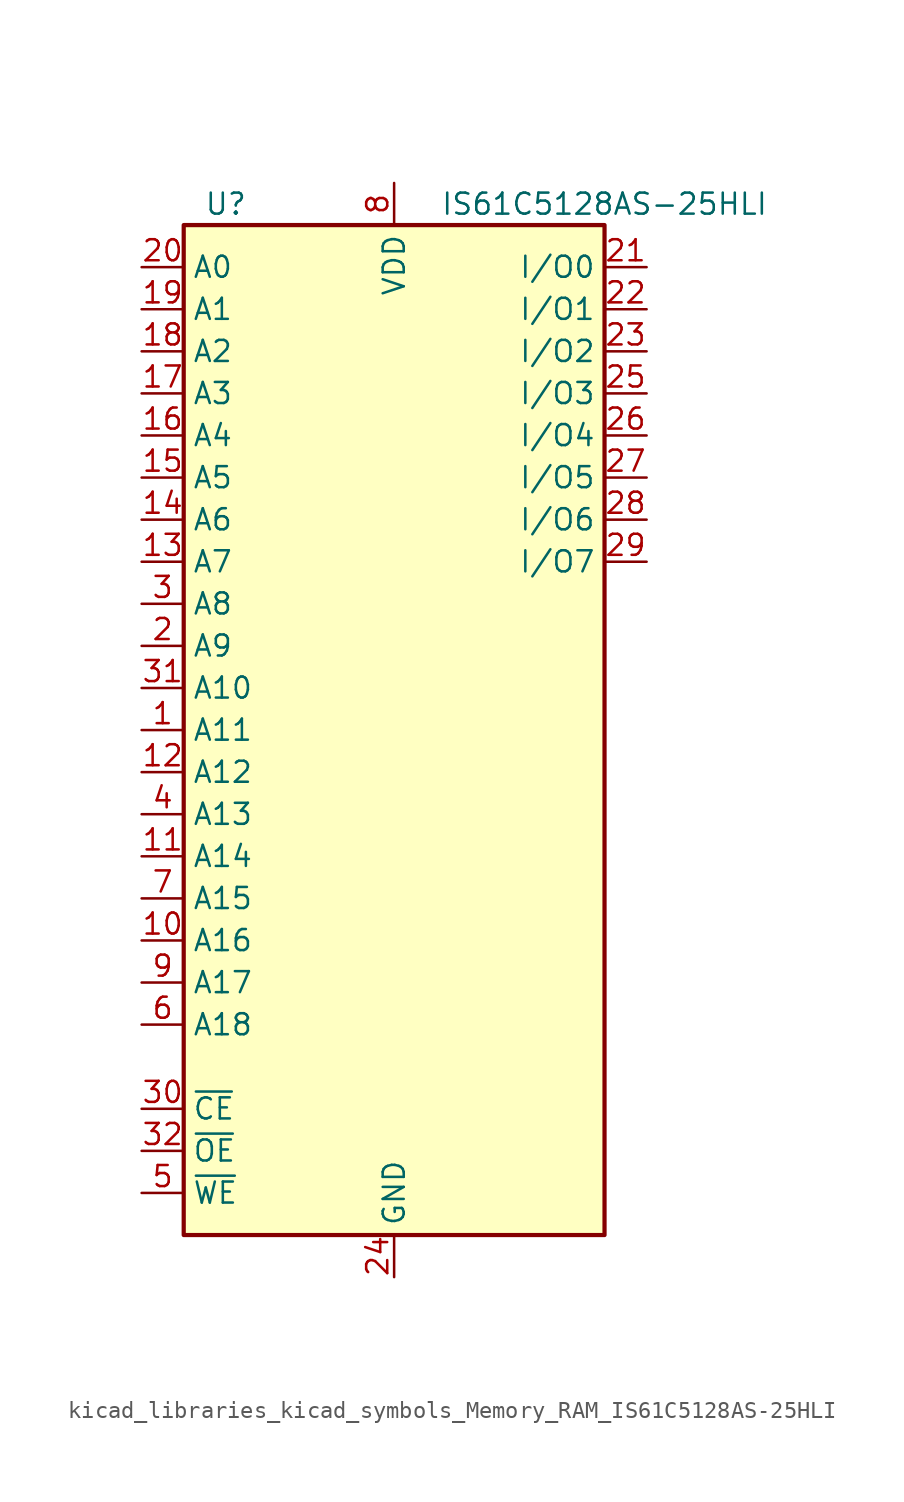
<source format=kicad_sym>
(kicad_symbol_lib
  (version 20220914)
  (generator kicad_symbol_editor)
  (symbol "kicad_libraries_kicad_symbols_Memory_RAM_IS61C5128AS-25HLI"
    (property "Reference" "U"
      (at -10.16 31.75 0)
      (effects (font (size 1.27 1.27))))
    (property "Value" "IS61C5128AS-25HLI"
      (at 12.7 31.75 0)
      (effects (font (size 1.27 1.27))))
    (symbol "kicad_libraries_kicad_symbols_Memory_RAM_IS61C5128AS-25HLI_0_1"
      (rectangle (start -12.7 30.48) (end 12.7 -30.48) (stroke (width 0.254) (type default)) (fill (type background))))
    (symbol "kicad_libraries_kicad_symbols_Memory_RAM_IS61C5128AS-25HLI_1_1"
      (pin input line (at -15.24 0 0) (length 2.54) (name "A11" (effects (font (size 1.27 1.27)))) (number "1" (effects (font (size 1.27 1.27)))))
      (pin input line (at -15.24 -12.7 0) (length 2.54) (name "A16" (effects (font (size 1.27 1.27)))) (number "10" (effects (font (size 1.27 1.27)))))
      (pin input line (at -15.24 -7.62 0) (length 2.54) (name "A14" (effects (font (size 1.27 1.27)))) (number "11" (effects (font (size 1.27 1.27)))))
      (pin input line (at -15.24 -2.54 0) (length 2.54) (name "A12" (effects (font (size 1.27 1.27)))) (number "12" (effects (font (size 1.27 1.27)))))
      (pin input line (at -15.24 10.16 0) (length 2.54) (name "A7" (effects (font (size 1.27 1.27)))) (number "13" (effects (font (size 1.27 1.27)))))
      (pin input line (at -15.24 12.7 0) (length 2.54) (name "A6" (effects (font (size 1.27 1.27)))) (number "14" (effects (font (size 1.27 1.27)))))
      (pin input line (at -15.24 15.24 0) (length 2.54) (name "A5" (effects (font (size 1.27 1.27)))) (number "15" (effects (font (size 1.27 1.27)))))
      (pin input line (at -15.24 17.78 0) (length 2.54) (name "A4" (effects (font (size 1.27 1.27)))) (number "16" (effects (font (size 1.27 1.27)))))
      (pin input line (at -15.24 20.32 0) (length 2.54) (name "A3" (effects (font (size 1.27 1.27)))) (number "17" (effects (font (size 1.27 1.27)))))
      (pin input line (at -15.24 22.86 0) (length 2.54) (name "A2" (effects (font (size 1.27 1.27)))) (number "18" (effects (font (size 1.27 1.27)))))
      (pin input line (at -15.24 25.4 0) (length 2.54) (name "A1" (effects (font (size 1.27 1.27)))) (number "19" (effects (font (size 1.27 1.27)))))
      (pin input line (at -15.24 5.08 0) (length 2.54) (name "A9" (effects (font (size 1.27 1.27)))) (number "2" (effects (font (size 1.27 1.27)))))
      (pin input line (at -15.24 27.94 0) (length 2.54) (name "A0" (effects (font (size 1.27 1.27)))) (number "20" (effects (font (size 1.27 1.27)))))
      (pin bidirectional line (at 15.24 27.94 180) (length 2.54) (name "I/O0" (effects (font (size 1.27 1.27)))) (number "21" (effects (font (size 1.27 1.27)))))
      (pin bidirectional line (at 15.24 25.4 180) (length 2.54) (name "I/O1" (effects (font (size 1.27 1.27)))) (number "22" (effects (font (size 1.27 1.27)))))
      (pin bidirectional line (at 15.24 22.86 180) (length 2.54) (name "I/O2" (effects (font (size 1.27 1.27)))) (number "23" (effects (font (size 1.27 1.27)))))
      (pin power_in line (at 0 -33.02 90) (length 2.54) (name "GND" (effects (font (size 1.27 1.27)))) (number "24" (effects (font (size 1.27 1.27)))))
      (pin bidirectional line (at 15.24 20.32 180) (length 2.54) (name "I/O3" (effects (font (size 1.27 1.27)))) (number "25" (effects (font (size 1.27 1.27)))))
      (pin bidirectional line (at 15.24 17.78 180) (length 2.54) (name "I/O4" (effects (font (size 1.27 1.27)))) (number "26" (effects (font (size 1.27 1.27)))))
      (pin bidirectional line (at 15.24 15.24 180) (length 2.54) (name "I/O5" (effects (font (size 1.27 1.27)))) (number "27" (effects (font (size 1.27 1.27)))))
      (pin bidirectional line (at 15.24 12.7 180) (length 2.54) (name "I/O6" (effects (font (size 1.27 1.27)))) (number "28" (effects (font (size 1.27 1.27)))))
      (pin bidirectional line (at 15.24 10.16 180) (length 2.54) (name "I/O7" (effects (font (size 1.27 1.27)))) (number "29" (effects (font (size 1.27 1.27)))))
      (pin input line (at -15.24 7.62 0) (length 2.54) (name "A8" (effects (font (size 1.27 1.27)))) (number "3" (effects (font (size 1.27 1.27)))))
      (pin input line (at -15.24 -22.86 0) (length 2.54) (name "~{CE}" (effects (font (size 1.27 1.27)))) (number "30" (effects (font (size 1.27 1.27)))))
      (pin input line (at -15.24 2.54 0) (length 2.54) (name "A10" (effects (font (size 1.27 1.27)))) (number "31" (effects (font (size 1.27 1.27)))))
      (pin input line (at -15.24 -25.4 0) (length 2.54) (name "~{OE}" (effects (font (size 1.27 1.27)))) (number "32" (effects (font (size 1.27 1.27)))))
      (pin input line (at -15.24 -5.08 0) (length 2.54) (name "A13" (effects (font (size 1.27 1.27)))) (number "4" (effects (font (size 1.27 1.27)))))
      (pin input line (at -15.24 -27.94 0) (length 2.54) (name "~{WE}" (effects (font (size 1.27 1.27)))) (number "5" (effects (font (size 1.27 1.27)))))
      (pin input line (at -15.24 -17.78 0) (length 2.54) (name "A18" (effects (font (size 1.27 1.27)))) (number "6" (effects (font (size 1.27 1.27)))))
      (pin input line (at -15.24 -10.16 0) (length 2.54) (name "A15" (effects (font (size 1.27 1.27)))) (number "7" (effects (font (size 1.27 1.27)))))
      (pin power_in line (at 0 33.02 270) (length 2.54) (name "VDD" (effects (font (size 1.27 1.27)))) (number "8" (effects (font (size 1.27 1.27)))))
      (pin input line (at -15.24 -15.24 0) (length 2.54) (name "A17" (effects (font (size 1.27 1.27)))) (number "9" (effects (font (size 1.27 1.27))))))))
</source>
